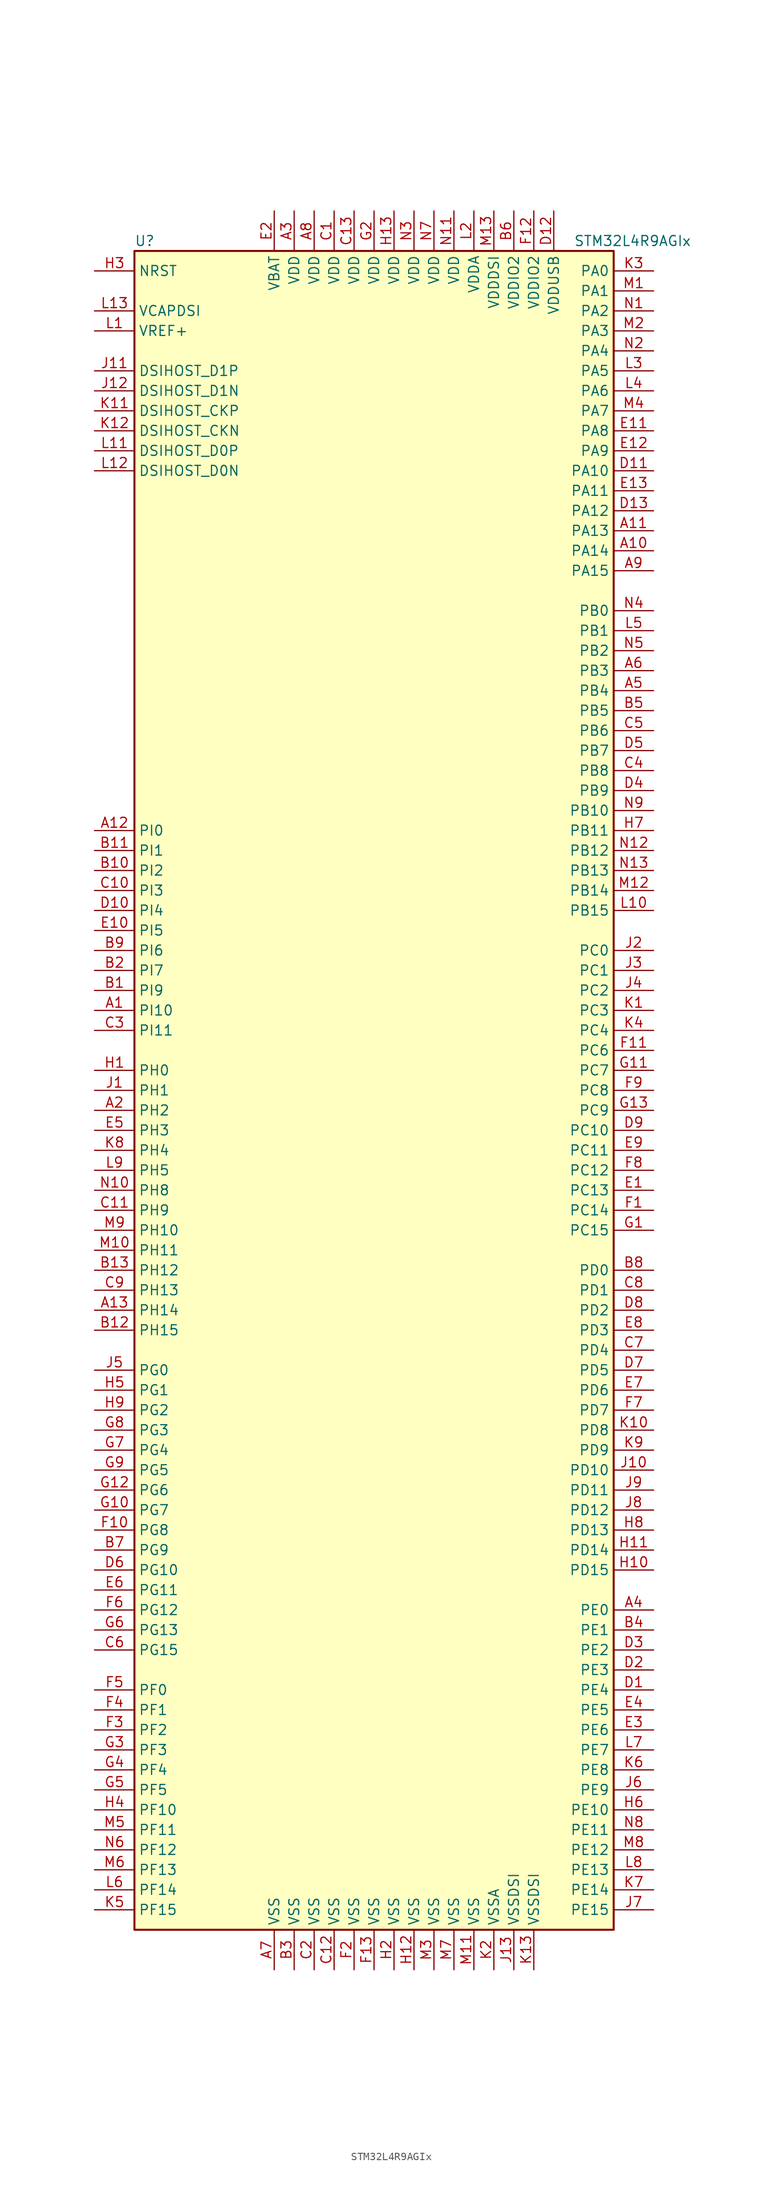
<source format=kicad_sym>
(kicad_symbol_lib
  (version 20201005)
  (generator kicad_symbol_editor)
  (symbol "MCU_ST_STM32L4+:STM32L4R9AGIx"
    (property "Reference" "U"
      (at -30.48 107.95 0)
      (effects (font (size 1.27 1.27)) (justify left)))
    (property "Value" "STM32L4R9AGIx"
      (at 25.4 107.95 0)
      (effects (font (size 1.27 1.27)) (justify left)))
    (symbol "STM32L4R9AGIx_0_1"
      (rectangle (start -30.48 -106.68) (end 30.48 106.68) (stroke (width 0.254)) (fill (type background))))
    (symbol "STM32L4R9AGIx_1_1"
      (pin bidirectional line (at -35.56 83.82 0) (length 5.08) (name "DSIHOST_CKN" (effects (font (size 1.27 1.27)))) (number "K12" (effects (font (size 1.27 1.27)))))
      (pin bidirectional line (at -35.56 86.36 0) (length 5.08) (name "DSIHOST_CKP" (effects (font (size 1.27 1.27)))) (number "K11" (effects (font (size 1.27 1.27)))))
      (pin bidirectional line (at -35.56 78.74 0) (length 5.08) (name "DSIHOST_D0N" (effects (font (size 1.27 1.27)))) (number "L12" (effects (font (size 1.27 1.27)))))
      (pin bidirectional line (at -35.56 81.28 0) (length 5.08) (name "DSIHOST_D0P" (effects (font (size 1.27 1.27)))) (number "L11" (effects (font (size 1.27 1.27)))))
      (pin bidirectional line (at -35.56 88.9 0) (length 5.08) (name "DSIHOST_D1N" (effects (font (size 1.27 1.27)))) (number "J12" (effects (font (size 1.27 1.27)))))
      (pin bidirectional line (at -35.56 91.44 0) (length 5.08) (name "DSIHOST_D1P" (effects (font (size 1.27 1.27)))) (number "J11" (effects (font (size 1.27 1.27)))))
      (pin input line (at -35.56 104.14 0) (length 5.08) (name "NRST" (effects (font (size 1.27 1.27)))) (number "H3" (effects (font (size 1.27 1.27)))))
      (pin bidirectional line (at 35.56 104.14 180) (length 5.08) (name "PA0" (effects (font (size 1.27 1.27)))) (number "K3" (effects (font (size 1.27 1.27)))))
      (pin bidirectional line (at 35.56 101.6 180) (length 5.08) (name "PA1" (effects (font (size 1.27 1.27)))) (number "M1" (effects (font (size 1.27 1.27)))))
      (pin bidirectional line (at 35.56 78.74 180) (length 5.08) (name "PA10" (effects (font (size 1.27 1.27)))) (number "D11" (effects (font (size 1.27 1.27)))))
      (pin bidirectional line (at 35.56 76.2 180) (length 5.08) (name "PA11" (effects (font (size 1.27 1.27)))) (number "E13" (effects (font (size 1.27 1.27)))))
      (pin bidirectional line (at 35.56 73.66 180) (length 5.08) (name "PA12" (effects (font (size 1.27 1.27)))) (number "D13" (effects (font (size 1.27 1.27)))))
      (pin bidirectional line (at 35.56 71.12 180) (length 5.08) (name "PA13" (effects (font (size 1.27 1.27)))) (number "A11" (effects (font (size 1.27 1.27)))))
      (pin bidirectional line (at 35.56 68.58 180) (length 5.08) (name "PA14" (effects (font (size 1.27 1.27)))) (number "A10" (effects (font (size 1.27 1.27)))))
      (pin bidirectional line (at 35.56 66.04 180) (length 5.08) (name "PA15" (effects (font (size 1.27 1.27)))) (number "A9" (effects (font (size 1.27 1.27)))))
      (pin bidirectional line (at 35.56 99.06 180) (length 5.08) (name "PA2" (effects (font (size 1.27 1.27)))) (number "N1" (effects (font (size 1.27 1.27)))))
      (pin bidirectional line (at 35.56 96.52 180) (length 5.08) (name "PA3" (effects (font (size 1.27 1.27)))) (number "M2" (effects (font (size 1.27 1.27)))))
      (pin bidirectional line (at 35.56 93.98 180) (length 5.08) (name "PA4" (effects (font (size 1.27 1.27)))) (number "N2" (effects (font (size 1.27 1.27)))))
      (pin bidirectional line (at 35.56 91.44 180) (length 5.08) (name "PA5" (effects (font (size 1.27 1.27)))) (number "L3" (effects (font (size 1.27 1.27)))))
      (pin bidirectional line (at 35.56 88.9 180) (length 5.08) (name "PA6" (effects (font (size 1.27 1.27)))) (number "L4" (effects (font (size 1.27 1.27)))))
      (pin bidirectional line (at 35.56 86.36 180) (length 5.08) (name "PA7" (effects (font (size 1.27 1.27)))) (number "M4" (effects (font (size 1.27 1.27)))))
      (pin bidirectional line (at 35.56 83.82 180) (length 5.08) (name "PA8" (effects (font (size 1.27 1.27)))) (number "E11" (effects (font (size 1.27 1.27)))))
      (pin bidirectional line (at 35.56 81.28 180) (length 5.08) (name "PA9" (effects (font (size 1.27 1.27)))) (number "E12" (effects (font (size 1.27 1.27)))))
      (pin bidirectional line (at 35.56 60.96 180) (length 5.08) (name "PB0" (effects (font (size 1.27 1.27)))) (number "N4" (effects (font (size 1.27 1.27)))))
      (pin bidirectional line (at 35.56 58.42 180) (length 5.08) (name "PB1" (effects (font (size 1.27 1.27)))) (number "L5" (effects (font (size 1.27 1.27)))))
      (pin bidirectional line (at 35.56 35.56 180) (length 5.08) (name "PB10" (effects (font (size 1.27 1.27)))) (number "N9" (effects (font (size 1.27 1.27)))))
      (pin bidirectional line (at 35.56 33.02 180) (length 5.08) (name "PB11" (effects (font (size 1.27 1.27)))) (number "H7" (effects (font (size 1.27 1.27)))))
      (pin bidirectional line (at 35.56 30.48 180) (length 5.08) (name "PB12" (effects (font (size 1.27 1.27)))) (number "N12" (effects (font (size 1.27 1.27)))))
      (pin bidirectional line (at 35.56 27.94 180) (length 5.08) (name "PB13" (effects (font (size 1.27 1.27)))) (number "N13" (effects (font (size 1.27 1.27)))))
      (pin bidirectional line (at 35.56 25.4 180) (length 5.08) (name "PB14" (effects (font (size 1.27 1.27)))) (number "M12" (effects (font (size 1.27 1.27)))))
      (pin bidirectional line (at 35.56 22.86 180) (length 5.08) (name "PB15" (effects (font (size 1.27 1.27)))) (number "L10" (effects (font (size 1.27 1.27)))))
      (pin bidirectional line (at 35.56 55.88 180) (length 5.08) (name "PB2" (effects (font (size 1.27 1.27)))) (number "N5" (effects (font (size 1.27 1.27)))))
      (pin bidirectional line (at 35.56 53.34 180) (length 5.08) (name "PB3" (effects (font (size 1.27 1.27)))) (number "A6" (effects (font (size 1.27 1.27)))))
      (pin bidirectional line (at 35.56 50.8 180) (length 5.08) (name "PB4" (effects (font (size 1.27 1.27)))) (number "A5" (effects (font (size 1.27 1.27)))))
      (pin bidirectional line (at 35.56 48.26 180) (length 5.08) (name "PB5" (effects (font (size 1.27 1.27)))) (number "B5" (effects (font (size 1.27 1.27)))))
      (pin bidirectional line (at 35.56 45.72 180) (length 5.08) (name "PB6" (effects (font (size 1.27 1.27)))) (number "C5" (effects (font (size 1.27 1.27)))))
      (pin bidirectional line (at 35.56 43.18 180) (length 5.08) (name "PB7" (effects (font (size 1.27 1.27)))) (number "D5" (effects (font (size 1.27 1.27)))))
      (pin bidirectional line (at 35.56 40.64 180) (length 5.08) (name "PB8" (effects (font (size 1.27 1.27)))) (number "C4" (effects (font (size 1.27 1.27)))))
      (pin bidirectional line (at 35.56 38.1 180) (length 5.08) (name "PB9" (effects (font (size 1.27 1.27)))) (number "D4" (effects (font (size 1.27 1.27)))))
      (pin bidirectional line (at 35.56 17.78 180) (length 5.08) (name "PC0" (effects (font (size 1.27 1.27)))) (number "J2" (effects (font (size 1.27 1.27)))))
      (pin bidirectional line (at 35.56 15.24 180) (length 5.08) (name "PC1" (effects (font (size 1.27 1.27)))) (number "J3" (effects (font (size 1.27 1.27)))))
      (pin bidirectional line (at 35.56 -5.08 180) (length 5.08) (name "PC10" (effects (font (size 1.27 1.27)))) (number "D9" (effects (font (size 1.27 1.27)))))
      (pin bidirectional line (at 35.56 -7.62 180) (length 5.08) (name "PC11" (effects (font (size 1.27 1.27)))) (number "E9" (effects (font (size 1.27 1.27)))))
      (pin bidirectional line (at 35.56 -10.16 180) (length 5.08) (name "PC12" (effects (font (size 1.27 1.27)))) (number "F8" (effects (font (size 1.27 1.27)))))
      (pin bidirectional line (at 35.56 -12.7 180) (length 5.08) (name "PC13" (effects (font (size 1.27 1.27)))) (number "E1" (effects (font (size 1.27 1.27)))))
      (pin bidirectional line (at 35.56 -15.24 180) (length 5.08) (name "PC14" (effects (font (size 1.27 1.27)))) (number "F1" (effects (font (size 1.27 1.27)))))
      (pin bidirectional line (at 35.56 -17.78 180) (length 5.08) (name "PC15" (effects (font (size 1.27 1.27)))) (number "G1" (effects (font (size 1.27 1.27)))))
      (pin bidirectional line (at 35.56 12.7 180) (length 5.08) (name "PC2" (effects (font (size 1.27 1.27)))) (number "J4" (effects (font (size 1.27 1.27)))))
      (pin bidirectional line (at 35.56 10.16 180) (length 5.08) (name "PC3" (effects (font (size 1.27 1.27)))) (number "K1" (effects (font (size 1.27 1.27)))))
      (pin bidirectional line (at 35.56 7.62 180) (length 5.08) (name "PC4" (effects (font (size 1.27 1.27)))) (number "K4" (effects (font (size 1.27 1.27)))))
      (pin bidirectional line (at 35.56 5.08 180) (length 5.08) (name "PC6" (effects (font (size 1.27 1.27)))) (number "F11" (effects (font (size 1.27 1.27)))))
      (pin bidirectional line (at 35.56 2.54 180) (length 5.08) (name "PC7" (effects (font (size 1.27 1.27)))) (number "G11" (effects (font (size 1.27 1.27)))))
      (pin bidirectional line (at 35.56 0 180) (length 5.08) (name "PC8" (effects (font (size 1.27 1.27)))) (number "F9" (effects (font (size 1.27 1.27)))))
      (pin bidirectional line (at 35.56 -2.54 180) (length 5.08) (name "PC9" (effects (font (size 1.27 1.27)))) (number "G13" (effects (font (size 1.27 1.27)))))
      (pin bidirectional line (at 35.56 -22.86 180) (length 5.08) (name "PD0" (effects (font (size 1.27 1.27)))) (number "B8" (effects (font (size 1.27 1.27)))))
      (pin bidirectional line (at 35.56 -25.4 180) (length 5.08) (name "PD1" (effects (font (size 1.27 1.27)))) (number "C8" (effects (font (size 1.27 1.27)))))
      (pin bidirectional line (at 35.56 -48.26 180) (length 5.08) (name "PD10" (effects (font (size 1.27 1.27)))) (number "J10" (effects (font (size 1.27 1.27)))))
      (pin bidirectional line (at 35.56 -50.8 180) (length 5.08) (name "PD11" (effects (font (size 1.27 1.27)))) (number "J9" (effects (font (size 1.27 1.27)))))
      (pin bidirectional line (at 35.56 -53.34 180) (length 5.08) (name "PD12" (effects (font (size 1.27 1.27)))) (number "J8" (effects (font (size 1.27 1.27)))))
      (pin bidirectional line (at 35.56 -55.88 180) (length 5.08) (name "PD13" (effects (font (size 1.27 1.27)))) (number "H8" (effects (font (size 1.27 1.27)))))
      (pin bidirectional line (at 35.56 -58.42 180) (length 5.08) (name "PD14" (effects (font (size 1.27 1.27)))) (number "H11" (effects (font (size 1.27 1.27)))))
      (pin bidirectional line (at 35.56 -60.96 180) (length 5.08) (name "PD15" (effects (font (size 1.27 1.27)))) (number "H10" (effects (font (size 1.27 1.27)))))
      (pin bidirectional line (at 35.56 -27.94 180) (length 5.08) (name "PD2" (effects (font (size 1.27 1.27)))) (number "D8" (effects (font (size 1.27 1.27)))))
      (pin bidirectional line (at 35.56 -30.48 180) (length 5.08) (name "PD3" (effects (font (size 1.27 1.27)))) (number "E8" (effects (font (size 1.27 1.27)))))
      (pin bidirectional line (at 35.56 -33.02 180) (length 5.08) (name "PD4" (effects (font (size 1.27 1.27)))) (number "C7" (effects (font (size 1.27 1.27)))))
      (pin bidirectional line (at 35.56 -35.56 180) (length 5.08) (name "PD5" (effects (font (size 1.27 1.27)))) (number "D7" (effects (font (size 1.27 1.27)))))
      (pin bidirectional line (at 35.56 -38.1 180) (length 5.08) (name "PD6" (effects (font (size 1.27 1.27)))) (number "E7" (effects (font (size 1.27 1.27)))))
      (pin bidirectional line (at 35.56 -40.64 180) (length 5.08) (name "PD7" (effects (font (size 1.27 1.27)))) (number "F7" (effects (font (size 1.27 1.27)))))
      (pin bidirectional line (at 35.56 -43.18 180) (length 5.08) (name "PD8" (effects (font (size 1.27 1.27)))) (number "K10" (effects (font (size 1.27 1.27)))))
      (pin bidirectional line (at 35.56 -45.72 180) (length 5.08) (name "PD9" (effects (font (size 1.27 1.27)))) (number "K9" (effects (font (size 1.27 1.27)))))
      (pin bidirectional line (at 35.56 -66.04 180) (length 5.08) (name "PE0" (effects (font (size 1.27 1.27)))) (number "A4" (effects (font (size 1.27 1.27)))))
      (pin bidirectional line (at 35.56 -68.58 180) (length 5.08) (name "PE1" (effects (font (size 1.27 1.27)))) (number "B4" (effects (font (size 1.27 1.27)))))
      (pin bidirectional line (at 35.56 -91.44 180) (length 5.08) (name "PE10" (effects (font (size 1.27 1.27)))) (number "H6" (effects (font (size 1.27 1.27)))))
      (pin bidirectional line (at 35.56 -93.98 180) (length 5.08) (name "PE11" (effects (font (size 1.27 1.27)))) (number "N8" (effects (font (size 1.27 1.27)))))
      (pin bidirectional line (at 35.56 -96.52 180) (length 5.08) (name "PE12" (effects (font (size 1.27 1.27)))) (number "M8" (effects (font (size 1.27 1.27)))))
      (pin bidirectional line (at 35.56 -99.06 180) (length 5.08) (name "PE13" (effects (font (size 1.27 1.27)))) (number "L8" (effects (font (size 1.27 1.27)))))
      (pin bidirectional line (at 35.56 -101.6 180) (length 5.08) (name "PE14" (effects (font (size 1.27 1.27)))) (number "K7" (effects (font (size 1.27 1.27)))))
      (pin bidirectional line (at 35.56 -104.14 180) (length 5.08) (name "PE15" (effects (font (size 1.27 1.27)))) (number "J7" (effects (font (size 1.27 1.27)))))
      (pin bidirectional line (at 35.56 -71.12 180) (length 5.08) (name "PE2" (effects (font (size 1.27 1.27)))) (number "D3" (effects (font (size 1.27 1.27)))))
      (pin bidirectional line (at 35.56 -73.66 180) (length 5.08) (name "PE3" (effects (font (size 1.27 1.27)))) (number "D2" (effects (font (size 1.27 1.27)))))
      (pin bidirectional line (at 35.56 -76.2 180) (length 5.08) (name "PE4" (effects (font (size 1.27 1.27)))) (number "D1" (effects (font (size 1.27 1.27)))))
      (pin bidirectional line (at 35.56 -78.74 180) (length 5.08) (name "PE5" (effects (font (size 1.27 1.27)))) (number "E4" (effects (font (size 1.27 1.27)))))
      (pin bidirectional line (at 35.56 -81.28 180) (length 5.08) (name "PE6" (effects (font (size 1.27 1.27)))) (number "E3" (effects (font (size 1.27 1.27)))))
      (pin bidirectional line (at 35.56 -83.82 180) (length 5.08) (name "PE7" (effects (font (size 1.27 1.27)))) (number "L7" (effects (font (size 1.27 1.27)))))
      (pin bidirectional line (at 35.56 -86.36 180) (length 5.08) (name "PE8" (effects (font (size 1.27 1.27)))) (number "K6" (effects (font (size 1.27 1.27)))))
      (pin bidirectional line (at 35.56 -88.9 180) (length 5.08) (name "PE9" (effects (font (size 1.27 1.27)))) (number "J6" (effects (font (size 1.27 1.27)))))
      (pin bidirectional line (at -35.56 -76.2 0) (length 5.08) (name "PF0" (effects (font (size 1.27 1.27)))) (number "F5" (effects (font (size 1.27 1.27)))))
      (pin bidirectional line (at -35.56 -78.74 0) (length 5.08) (name "PF1" (effects (font (size 1.27 1.27)))) (number "F4" (effects (font (size 1.27 1.27)))))
      (pin bidirectional line (at -35.56 -91.44 0) (length 5.08) (name "PF10" (effects (font (size 1.27 1.27)))) (number "H4" (effects (font (size 1.27 1.27)))))
      (pin bidirectional line (at -35.56 -93.98 0) (length 5.08) (name "PF11" (effects (font (size 1.27 1.27)))) (number "M5" (effects (font (size 1.27 1.27)))))
      (pin bidirectional line (at -35.56 -96.52 0) (length 5.08) (name "PF12" (effects (font (size 1.27 1.27)))) (number "N6" (effects (font (size 1.27 1.27)))))
      (pin bidirectional line (at -35.56 -99.06 0) (length 5.08) (name "PF13" (effects (font (size 1.27 1.27)))) (number "M6" (effects (font (size 1.27 1.27)))))
      (pin bidirectional line (at -35.56 -101.6 0) (length 5.08) (name "PF14" (effects (font (size 1.27 1.27)))) (number "L6" (effects (font (size 1.27 1.27)))))
      (pin bidirectional line (at -35.56 -104.14 0) (length 5.08) (name "PF15" (effects (font (size 1.27 1.27)))) (number "K5" (effects (font (size 1.27 1.27)))))
      (pin bidirectional line (at -35.56 -81.28 0) (length 5.08) (name "PF2" (effects (font (size 1.27 1.27)))) (number "F3" (effects (font (size 1.27 1.27)))))
      (pin bidirectional line (at -35.56 -83.82 0) (length 5.08) (name "PF3" (effects (font (size 1.27 1.27)))) (number "G3" (effects (font (size 1.27 1.27)))))
      (pin bidirectional line (at -35.56 -86.36 0) (length 5.08) (name "PF4" (effects (font (size 1.27 1.27)))) (number "G4" (effects (font (size 1.27 1.27)))))
      (pin bidirectional line (at -35.56 -88.9 0) (length 5.08) (name "PF5" (effects (font (size 1.27 1.27)))) (number "G5" (effects (font (size 1.27 1.27)))))
      (pin bidirectional line (at -35.56 -35.56 0) (length 5.08) (name "PG0" (effects (font (size 1.27 1.27)))) (number "J5" (effects (font (size 1.27 1.27)))))
      (pin bidirectional line (at -35.56 -38.1 0) (length 5.08) (name "PG1" (effects (font (size 1.27 1.27)))) (number "H5" (effects (font (size 1.27 1.27)))))
      (pin bidirectional line (at -35.56 -60.96 0) (length 5.08) (name "PG10" (effects (font (size 1.27 1.27)))) (number "D6" (effects (font (size 1.27 1.27)))))
      (pin bidirectional line (at -35.56 -63.5 0) (length 5.08) (name "PG11" (effects (font (size 1.27 1.27)))) (number "E6" (effects (font (size 1.27 1.27)))))
      (pin bidirectional line (at -35.56 -66.04 0) (length 5.08) (name "PG12" (effects (font (size 1.27 1.27)))) (number "F6" (effects (font (size 1.27 1.27)))))
      (pin bidirectional line (at -35.56 -68.58 0) (length 5.08) (name "PG13" (effects (font (size 1.27 1.27)))) (number "G6" (effects (font (size 1.27 1.27)))))
      (pin bidirectional line (at -35.56 -71.12 0) (length 5.08) (name "PG15" (effects (font (size 1.27 1.27)))) (number "C6" (effects (font (size 1.27 1.27)))))
      (pin bidirectional line (at -35.56 -40.64 0) (length 5.08) (name "PG2" (effects (font (size 1.27 1.27)))) (number "H9" (effects (font (size 1.27 1.27)))))
      (pin bidirectional line (at -35.56 -43.18 0) (length 5.08) (name "PG3" (effects (font (size 1.27 1.27)))) (number "G8" (effects (font (size 1.27 1.27)))))
      (pin bidirectional line (at -35.56 -45.72 0) (length 5.08) (name "PG4" (effects (font (size 1.27 1.27)))) (number "G7" (effects (font (size 1.27 1.27)))))
      (pin bidirectional line (at -35.56 -48.26 0) (length 5.08) (name "PG5" (effects (font (size 1.27 1.27)))) (number "G9" (effects (font (size 1.27 1.27)))))
      (pin bidirectional line (at -35.56 -50.8 0) (length 5.08) (name "PG6" (effects (font (size 1.27 1.27)))) (number "G12" (effects (font (size 1.27 1.27)))))
      (pin bidirectional line (at -35.56 -53.34 0) (length 5.08) (name "PG7" (effects (font (size 1.27 1.27)))) (number "G10" (effects (font (size 1.27 1.27)))))
      (pin bidirectional line (at -35.56 -55.88 0) (length 5.08) (name "PG8" (effects (font (size 1.27 1.27)))) (number "F10" (effects (font (size 1.27 1.27)))))
      (pin bidirectional line (at -35.56 -58.42 0) (length 5.08) (name "PG9" (effects (font (size 1.27 1.27)))) (number "B7" (effects (font (size 1.27 1.27)))))
      (pin input line (at -35.56 2.54 0) (length 5.08) (name "PH0" (effects (font (size 1.27 1.27)))) (number "H1" (effects (font (size 1.27 1.27)))))
      (pin input line (at -35.56 0 0) (length 5.08) (name "PH1" (effects (font (size 1.27 1.27)))) (number "J1" (effects (font (size 1.27 1.27)))))
      (pin bidirectional line (at -35.56 -17.78 0) (length 5.08) (name "PH10" (effects (font (size 1.27 1.27)))) (number "M9" (effects (font (size 1.27 1.27)))))
      (pin bidirectional line (at -35.56 -20.32 0) (length 5.08) (name "PH11" (effects (font (size 1.27 1.27)))) (number "M10" (effects (font (size 1.27 1.27)))))
      (pin bidirectional line (at -35.56 -22.86 0) (length 5.08) (name "PH12" (effects (font (size 1.27 1.27)))) (number "B13" (effects (font (size 1.27 1.27)))))
      (pin bidirectional line (at -35.56 -25.4 0) (length 5.08) (name "PH13" (effects (font (size 1.27 1.27)))) (number "C9" (effects (font (size 1.27 1.27)))))
      (pin bidirectional line (at -35.56 -27.94 0) (length 5.08) (name "PH14" (effects (font (size 1.27 1.27)))) (number "A13" (effects (font (size 1.27 1.27)))))
      (pin bidirectional line (at -35.56 -30.48 0) (length 5.08) (name "PH15" (effects (font (size 1.27 1.27)))) (number "B12" (effects (font (size 1.27 1.27)))))
      (pin bidirectional line (at -35.56 -2.54 0) (length 5.08) (name "PH2" (effects (font (size 1.27 1.27)))) (number "A2" (effects (font (size 1.27 1.27)))))
      (pin bidirectional line (at -35.56 -5.08 0) (length 5.08) (name "PH3" (effects (font (size 1.27 1.27)))) (number "E5" (effects (font (size 1.27 1.27)))))
      (pin bidirectional line (at -35.56 -7.62 0) (length 5.08) (name "PH4" (effects (font (size 1.27 1.27)))) (number "K8" (effects (font (size 1.27 1.27)))))
      (pin bidirectional line (at -35.56 -10.16 0) (length 5.08) (name "PH5" (effects (font (size 1.27 1.27)))) (number "L9" (effects (font (size 1.27 1.27)))))
      (pin bidirectional line (at -35.56 -12.7 0) (length 5.08) (name "PH8" (effects (font (size 1.27 1.27)))) (number "N10" (effects (font (size 1.27 1.27)))))
      (pin bidirectional line (at -35.56 -15.24 0) (length 5.08) (name "PH9" (effects (font (size 1.27 1.27)))) (number "C11" (effects (font (size 1.27 1.27)))))
      (pin bidirectional line (at -35.56 33.02 0) (length 5.08) (name "PI0" (effects (font (size 1.27 1.27)))) (number "A12" (effects (font (size 1.27 1.27)))))
      (pin bidirectional line (at -35.56 30.48 0) (length 5.08) (name "PI1" (effects (font (size 1.27 1.27)))) (number "B11" (effects (font (size 1.27 1.27)))))
      (pin bidirectional line (at -35.56 10.16 0) (length 5.08) (name "PI10" (effects (font (size 1.27 1.27)))) (number "A1" (effects (font (size 1.27 1.27)))))
      (pin bidirectional line (at -35.56 7.62 0) (length 5.08) (name "PI11" (effects (font (size 1.27 1.27)))) (number "C3" (effects (font (size 1.27 1.27)))))
      (pin bidirectional line (at -35.56 27.94 0) (length 5.08) (name "PI2" (effects (font (size 1.27 1.27)))) (number "B10" (effects (font (size 1.27 1.27)))))
      (pin bidirectional line (at -35.56 25.4 0) (length 5.08) (name "PI3" (effects (font (size 1.27 1.27)))) (number "C10" (effects (font (size 1.27 1.27)))))
      (pin bidirectional line (at -35.56 22.86 0) (length 5.08) (name "PI4" (effects (font (size 1.27 1.27)))) (number "D10" (effects (font (size 1.27 1.27)))))
      (pin bidirectional line (at -35.56 20.32 0) (length 5.08) (name "PI5" (effects (font (size 1.27 1.27)))) (number "E10" (effects (font (size 1.27 1.27)))))
      (pin bidirectional line (at -35.56 17.78 0) (length 5.08) (name "PI6" (effects (font (size 1.27 1.27)))) (number "B9" (effects (font (size 1.27 1.27)))))
      (pin bidirectional line (at -35.56 15.24 0) (length 5.08) (name "PI7" (effects (font (size 1.27 1.27)))) (number "B2" (effects (font (size 1.27 1.27)))))
      (pin bidirectional line (at -35.56 12.7 0) (length 5.08) (name "PI9" (effects (font (size 1.27 1.27)))) (number "B1" (effects (font (size 1.27 1.27)))))
      (pin power_in line (at -12.7 111.76 270) (length 5.08) (name "VBAT" (effects (font (size 1.27 1.27)))) (number "E2" (effects (font (size 1.27 1.27)))))
      (pin power_in line (at -35.56 99.06 0) (length 5.08) (name "VCAPDSI" (effects (font (size 1.27 1.27)))) (number "L13" (effects (font (size 1.27 1.27)))))
      (pin power_in line (at -10.16 111.76 270) (length 5.08) (name "VDD" (effects (font (size 1.27 1.27)))) (number "A3" (effects (font (size 1.27 1.27)))))
      (pin power_in line (at -7.62 111.76 270) (length 5.08) (name "VDD" (effects (font (size 1.27 1.27)))) (number "A8" (effects (font (size 1.27 1.27)))))
      (pin power_in line (at -5.08 111.76 270) (length 5.08) (name "VDD" (effects (font (size 1.27 1.27)))) (number "C1" (effects (font (size 1.27 1.27)))))
      (pin power_in line (at -2.54 111.76 270) (length 5.08) (name "VDD" (effects (font (size 1.27 1.27)))) (number "C13" (effects (font (size 1.27 1.27)))))
      (pin power_in line (at 0 111.76 270) (length 5.08) (name "VDD" (effects (font (size 1.27 1.27)))) (number "G2" (effects (font (size 1.27 1.27)))))
      (pin power_in line (at 2.54 111.76 270) (length 5.08) (name "VDD" (effects (font (size 1.27 1.27)))) (number "H13" (effects (font (size 1.27 1.27)))))
      (pin power_in line (at 10.16 111.76 270) (length 5.08) (name "VDD" (effects (font (size 1.27 1.27)))) (number "N11" (effects (font (size 1.27 1.27)))))
      (pin power_in line (at 5.08 111.76 270) (length 5.08) (name "VDD" (effects (font (size 1.27 1.27)))) (number "N3" (effects (font (size 1.27 1.27)))))
      (pin power_in line (at 7.62 111.76 270) (length 5.08) (name "VDD" (effects (font (size 1.27 1.27)))) (number "N7" (effects (font (size 1.27 1.27)))))
      (pin power_in line (at 12.7 111.76 270) (length 5.08) (name "VDDA" (effects (font (size 1.27 1.27)))) (number "L2" (effects (font (size 1.27 1.27)))))
      (pin power_in line (at 15.24 111.76 270) (length 5.08) (name "VDDDSI" (effects (font (size 1.27 1.27)))) (number "M13" (effects (font (size 1.27 1.27)))))
      (pin power_in line (at 17.78 111.76 270) (length 5.08) (name "VDDIO2" (effects (font (size 1.27 1.27)))) (number "B6" (effects (font (size 1.27 1.27)))))
      (pin power_in line (at 20.32 111.76 270) (length 5.08) (name "VDDIO2" (effects (font (size 1.27 1.27)))) (number "F12" (effects (font (size 1.27 1.27)))))
      (pin power_in line (at 22.86 111.76 270) (length 5.08) (name "VDDUSB" (effects (font (size 1.27 1.27)))) (number "D12" (effects (font (size 1.27 1.27)))))
      (pin bidirectional line (at -35.56 96.52 0) (length 5.08) (name "VREF+" (effects (font (size 1.27 1.27)))) (number "L1" (effects (font (size 1.27 1.27)))))
      (pin power_in line (at -12.7 -111.76 90) (length 5.08) (name "VSS" (effects (font (size 1.27 1.27)))) (number "A7" (effects (font (size 1.27 1.27)))))
      (pin power_in line (at -10.16 -111.76 90) (length 5.08) (name "VSS" (effects (font (size 1.27 1.27)))) (number "B3" (effects (font (size 1.27 1.27)))))
      (pin power_in line (at -5.08 -111.76 90) (length 5.08) (name "VSS" (effects (font (size 1.27 1.27)))) (number "C12" (effects (font (size 1.27 1.27)))))
      (pin power_in line (at -7.62 -111.76 90) (length 5.08) (name "VSS" (effects (font (size 1.27 1.27)))) (number "C2" (effects (font (size 1.27 1.27)))))
      (pin power_in line (at 0 -111.76 90) (length 5.08) (name "VSS" (effects (font (size 1.27 1.27)))) (number "F13" (effects (font (size 1.27 1.27)))))
      (pin power_in line (at -2.54 -111.76 90) (length 5.08) (name "VSS" (effects (font (size 1.27 1.27)))) (number "F2" (effects (font (size 1.27 1.27)))))
      (pin power_in line (at 5.08 -111.76 90) (length 5.08) (name "VSS" (effects (font (size 1.27 1.27)))) (number "H12" (effects (font (size 1.27 1.27)))))
      (pin power_in line (at 2.54 -111.76 90) (length 5.08) (name "VSS" (effects (font (size 1.27 1.27)))) (number "H2" (effects (font (size 1.27 1.27)))))
      (pin power_in line (at 12.7 -111.76 90) (length 5.08) (name "VSS" (effects (font (size 1.27 1.27)))) (number "M11" (effects (font (size 1.27 1.27)))))
      (pin power_in line (at 7.62 -111.76 90) (length 5.08) (name "VSS" (effects (font (size 1.27 1.27)))) (number "M3" (effects (font (size 1.27 1.27)))))
      (pin power_in line (at 10.16 -111.76 90) (length 5.08) (name "VSS" (effects (font (size 1.27 1.27)))) (number "M7" (effects (font (size 1.27 1.27)))))
      (pin power_in line (at 15.24 -111.76 90) (length 5.08) (name "VSSA" (effects (font (size 1.27 1.27)))) (number "K2" (effects (font (size 1.27 1.27)))))
      (pin power_in line (at 17.78 -111.76 90) (length 5.08) (name "VSSDSI" (effects (font (size 1.27 1.27)))) (number "J13" (effects (font (size 1.27 1.27)))))
      (pin power_in line (at 20.32 -111.76 90) (length 5.08) (name "VSSDSI" (effects (font (size 1.27 1.27)))) (number "K13" (effects (font (size 1.27 1.27))))))))
</source>
